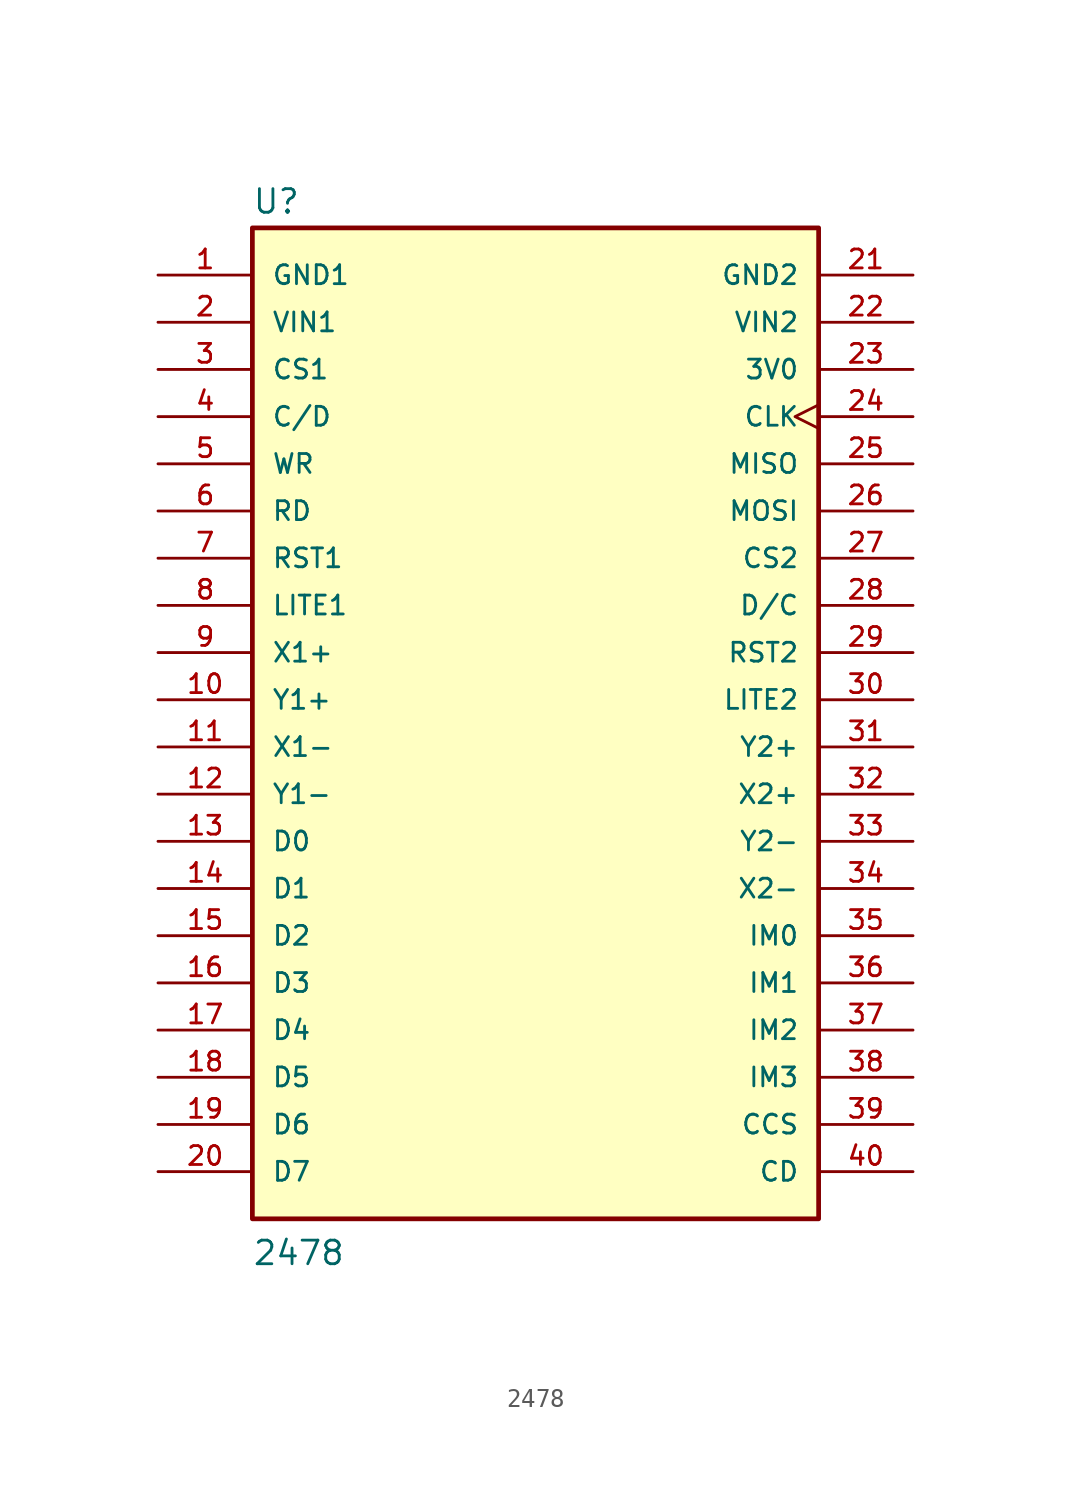
<source format=kicad_sym>
(kicad_symbol_lib
  (version 20211014)
  (generator kicad_symbol_editor)
  (symbol "2478"
    (pin_names
      (offset 1.016))
    (property "Reference" "U"
      (at -15.263 28.618 0)
      (effects (font (size 1.27 1.27)) (justify bottom left)))
    (property "Value" "2478"
      (at -15.262 -27.98 0)
      (effects (font (size 1.27 1.27)) (justify bottom left)))
    (symbol "2478_0_0"
      (rectangle (start -15.24 -25.4) (end 15.24 27.94) (stroke (width 0.254)) (fill (type background)))
      (pin power_in line (at -20.32 25.4 0) (length 5.08) (name "GND1" (effects (font (size 1.016 1.016)))) (number "1" (effects (font (size 1.016 1.016)))))
      (pin power_in line (at -20.32 22.86 0) (length 5.08) (name "VIN1" (effects (font (size 1.016 1.016)))) (number "2" (effects (font (size 1.016 1.016)))))
      (pin input line (at -20.32 20.32 0) (length 5.08) (name "CS1" (effects (font (size 1.016 1.016)))) (number "3" (effects (font (size 1.016 1.016)))))
      (pin input line (at 20.32 7.62 180.0) (length 5.08) (name "D/C" (effects (font (size 1.016 1.016)))) (number "28" (effects (font (size 1.016 1.016)))))
      (pin input line (at -20.32 15.24 0) (length 5.08) (name "WR" (effects (font (size 1.016 1.016)))) (number "5" (effects (font (size 1.016 1.016)))))
      (pin input line (at -20.32 12.7 0) (length 5.08) (name "RD" (effects (font (size 1.016 1.016)))) (number "6" (effects (font (size 1.016 1.016)))))
      (pin input line (at -20.32 10.16 0) (length 5.08) (name "RST1" (effects (font (size 1.016 1.016)))) (number "7" (effects (font (size 1.016 1.016)))))
      (pin output line (at -20.32 5.08 0) (length 5.08) (name "X1+" (effects (font (size 1.016 1.016)))) (number "9" (effects (font (size 1.016 1.016)))))
      (pin input line (at -20.32 7.62 0) (length 5.08) (name "LITE1" (effects (font (size 1.016 1.016)))) (number "8" (effects (font (size 1.016 1.016)))))
      (pin output line (at -20.32 2.54 0) (length 5.08) (name "Y1+" (effects (font (size 1.016 1.016)))) (number "10" (effects (font (size 1.016 1.016)))))
      (pin output line (at -20.32 0.0 0) (length 5.08) (name "X1-" (effects (font (size 1.016 1.016)))) (number "11" (effects (font (size 1.016 1.016)))))
      (pin output line (at -20.32 -2.54 0) (length 5.08) (name "Y1-" (effects (font (size 1.016 1.016)))) (number "12" (effects (font (size 1.016 1.016)))))
      (pin bidirectional line (at -20.32 -5.08 0) (length 5.08) (name "D0" (effects (font (size 1.016 1.016)))) (number "13" (effects (font (size 1.016 1.016)))))
      (pin bidirectional line (at -20.32 -7.62 0) (length 5.08) (name "D1" (effects (font (size 1.016 1.016)))) (number "14" (effects (font (size 1.016 1.016)))))
      (pin bidirectional line (at -20.32 -10.16 0) (length 5.08) (name "D2" (effects (font (size 1.016 1.016)))) (number "15" (effects (font (size 1.016 1.016)))))
      (pin bidirectional line (at -20.32 -12.7 0) (length 5.08) (name "D3" (effects (font (size 1.016 1.016)))) (number "16" (effects (font (size 1.016 1.016)))))
      (pin bidirectional line (at -20.32 -15.24 0) (length 5.08) (name "D4" (effects (font (size 1.016 1.016)))) (number "17" (effects (font (size 1.016 1.016)))))
      (pin bidirectional line (at -20.32 -17.78 0) (length 5.08) (name "D5" (effects (font (size 1.016 1.016)))) (number "18" (effects (font (size 1.016 1.016)))))
      (pin bidirectional line (at -20.32 -20.32 0) (length 5.08) (name "D6" (effects (font (size 1.016 1.016)))) (number "19" (effects (font (size 1.016 1.016)))))
      (pin bidirectional line (at -20.32 -22.86 0) (length 5.08) (name "D7" (effects (font (size 1.016 1.016)))) (number "20" (effects (font (size 1.016 1.016)))))
      (pin output line (at 20.32 20.32 180.0) (length 5.08) (name "3V0" (effects (font (size 1.016 1.016)))) (number "23" (effects (font (size 1.016 1.016)))))
      (pin input clock (at 20.32 17.78 180.0) (length 5.08) (name "CLK" (effects (font (size 1.016 1.016)))) (number "24" (effects (font (size 1.016 1.016)))))
      (pin output line (at 20.32 15.24 180.0) (length 5.08) (name "MISO" (effects (font (size 1.016 1.016)))) (number "25" (effects (font (size 1.016 1.016)))))
      (pin input line (at 20.32 12.7 180.0) (length 5.08) (name "MOSI" (effects (font (size 1.016 1.016)))) (number "26" (effects (font (size 1.016 1.016)))))
      (pin input line (at 20.32 -10.16 180.0) (length 5.08) (name "IM0" (effects (font (size 1.016 1.016)))) (number "35" (effects (font (size 1.016 1.016)))))
      (pin input line (at 20.32 -20.32 180.0) (length 5.08) (name "CCS" (effects (font (size 1.016 1.016)))) (number "39" (effects (font (size 1.016 1.016)))))
      (pin output line (at 20.32 -22.86 180.0) (length 5.08) (name "CD" (effects (font (size 1.016 1.016)))) (number "40" (effects (font (size 1.016 1.016)))))
      (pin input line (at 20.32 -12.7 180.0) (length 5.08) (name "IM1" (effects (font (size 1.016 1.016)))) (number "36" (effects (font (size 1.016 1.016)))))
      (pin input line (at 20.32 -15.24 180.0) (length 5.08) (name "IM2" (effects (font (size 1.016 1.016)))) (number "37" (effects (font (size 1.016 1.016)))))
      (pin input line (at 20.32 -17.78 180.0) (length 5.08) (name "IM3" (effects (font (size 1.016 1.016)))) (number "38" (effects (font (size 1.016 1.016)))))
      (pin power_in line (at 20.32 25.4 180.0) (length 5.08) (name "GND2" (effects (font (size 1.016 1.016)))) (number "21" (effects (font (size 1.016 1.016)))))
      (pin power_in line (at 20.32 22.86 180.0) (length 5.08) (name "VIN2" (effects (font (size 1.016 1.016)))) (number "22" (effects (font (size 1.016 1.016)))))
      (pin input line (at -20.32 17.78 0) (length 5.08) (name "C/D" (effects (font (size 1.016 1.016)))) (number "4" (effects (font (size 1.016 1.016)))))
      (pin input line (at 20.32 10.16 180.0) (length 5.08) (name "CS2" (effects (font (size 1.016 1.016)))) (number "27" (effects (font (size 1.016 1.016)))))
      (pin input line (at 20.32 5.08 180.0) (length 5.08) (name "RST2" (effects (font (size 1.016 1.016)))) (number "29" (effects (font (size 1.016 1.016)))))
      (pin input line (at 20.32 2.54 180.0) (length 5.08) (name "LITE2" (effects (font (size 1.016 1.016)))) (number "30" (effects (font (size 1.016 1.016)))))
      (pin output line (at 20.32 0.0 180.0) (length 5.08) (name "Y2+" (effects (font (size 1.016 1.016)))) (number "31" (effects (font (size 1.016 1.016)))))
      (pin output line (at 20.32 -2.54 180.0) (length 5.08) (name "X2+" (effects (font (size 1.016 1.016)))) (number "32" (effects (font (size 1.016 1.016)))))
      (pin output line (at 20.32 -5.08 180.0) (length 5.08) (name "Y2-" (effects (font (size 1.016 1.016)))) (number "33" (effects (font (size 1.016 1.016)))))
      (pin output line (at 20.32 -7.62 180.0) (length 5.08) (name "X2-" (effects (font (size 1.016 1.016)))) (number "34" (effects (font (size 1.016 1.016))))))))
</source>
